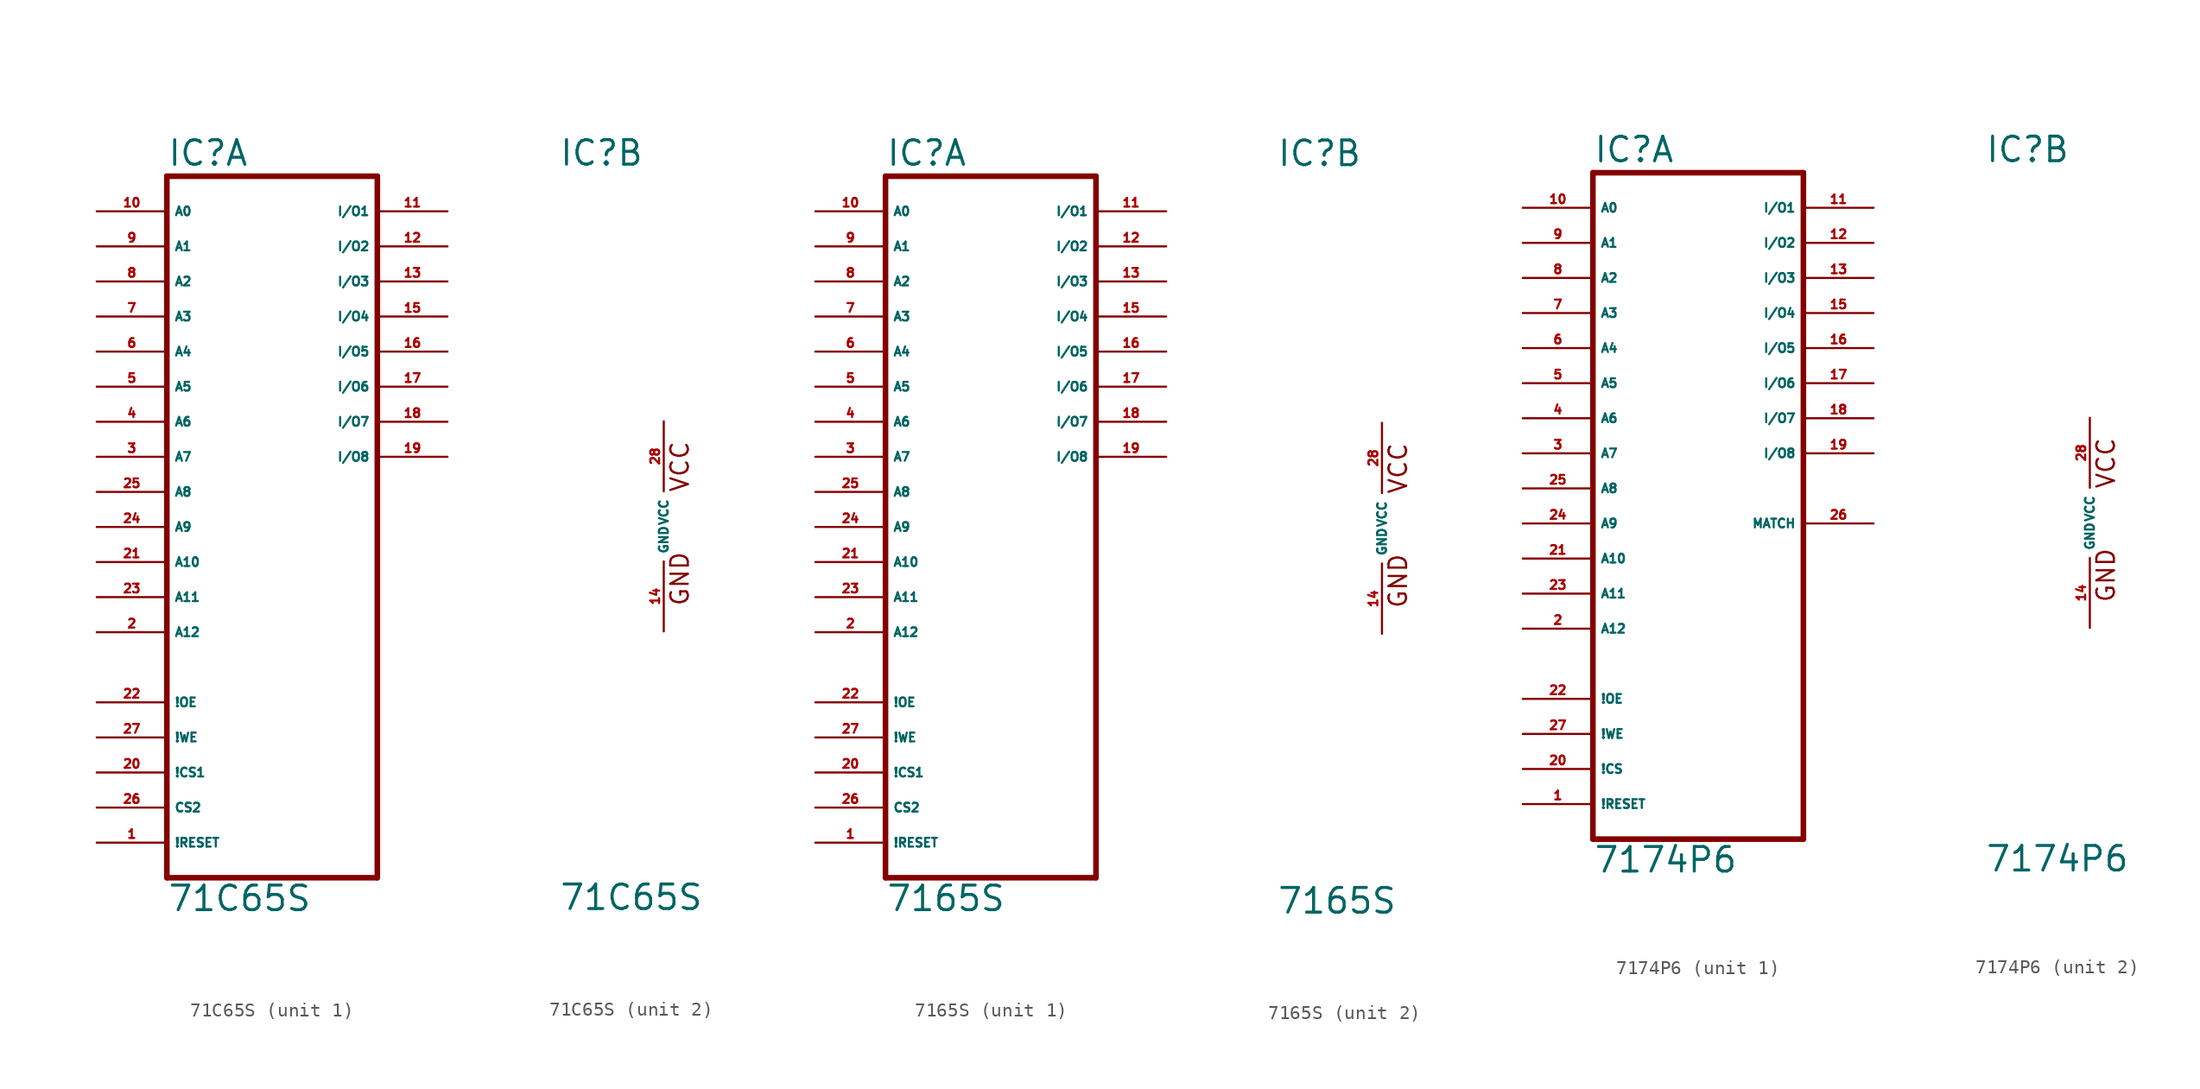
<source format=kicad_sym>
(kicad_symbol_lib
  (version 20220914)
  (generator Eagle2Kicad)
  (symbol "71C65S"
    (property "Reference" "IC"
      (at -7.62 26.035 0)
      (effects (font (size 1.778 1.778) (thickness 0.22)) (justify left bottom)))
    (property "Value" "71C65S"
      (at -7.62 -27.94 0)
      (effects (font (size 1.778 1.778) (thickness 0.22)) (justify left bottom)))
    (symbol "71C65S_1_0"
      (polyline (pts (xy -7.62 -25.4) (xy 7.62 -25.4)) (stroke (width 0.406) (type default)) (fill (type none)))
      (polyline (pts (xy 7.62 -25.4) (xy 7.62 25.4)) (stroke (width 0.406) (type default)) (fill (type none)))
      (polyline (pts (xy 7.62 25.4) (xy -7.62 25.4)) (stroke (width 0.406) (type default)) (fill (type none)))
      (polyline (pts (xy -7.62 25.4) (xy -7.62 -25.4)) (stroke (width 0.406) (type default)) (fill (type none)))
      (pin input line (at -12.7 22.86 0) (length 5.08) (name "A0" (effects (font (size 0.635 0.635) (thickness 0.08)) (justify left bottom))) (number "10" (effects (font (size 0.635 0.635) (thickness 0.08)) (justify left bottom))))
      (pin input line (at -12.7 20.32 0) (length 5.08) (name "A1" (effects (font (size 0.635 0.635) (thickness 0.08)) (justify left bottom))) (number "9" (effects (font (size 0.635 0.635) (thickness 0.08)) (justify left bottom))))
      (pin input line (at -12.7 17.78 0) (length 5.08) (name "A2" (effects (font (size 0.635 0.635) (thickness 0.08)) (justify left bottom))) (number "8" (effects (font (size 0.635 0.635) (thickness 0.08)) (justify left bottom))))
      (pin input line (at -12.7 15.24 0) (length 5.08) (name "A3" (effects (font (size 0.635 0.635) (thickness 0.08)) (justify left bottom))) (number "7" (effects (font (size 0.635 0.635) (thickness 0.08)) (justify left bottom))))
      (pin input line (at -12.7 12.7 0) (length 5.08) (name "A4" (effects (font (size 0.635 0.635) (thickness 0.08)) (justify left bottom))) (number "6" (effects (font (size 0.635 0.635) (thickness 0.08)) (justify left bottom))))
      (pin input line (at -12.7 10.16 0) (length 5.08) (name "A5" (effects (font (size 0.635 0.635) (thickness 0.08)) (justify left bottom))) (number "5" (effects (font (size 0.635 0.635) (thickness 0.08)) (justify left bottom))))
      (pin input line (at -12.7 7.62 0) (length 5.08) (name "A6" (effects (font (size 0.635 0.635) (thickness 0.08)) (justify left bottom))) (number "4" (effects (font (size 0.635 0.635) (thickness 0.08)) (justify left bottom))))
      (pin input line (at -12.7 5.08 0) (length 5.08) (name "A7" (effects (font (size 0.635 0.635) (thickness 0.08)) (justify left bottom))) (number "3" (effects (font (size 0.635 0.635) (thickness 0.08)) (justify left bottom))))
      (pin input line (at -12.7 2.54 0) (length 5.08) (name "A8" (effects (font (size 0.635 0.635) (thickness 0.08)) (justify left bottom))) (number "25" (effects (font (size 0.635 0.635) (thickness 0.08)) (justify left bottom))))
      (pin input line (at -12.7 0 0) (length 5.08) (name "A9" (effects (font (size 0.635 0.635) (thickness 0.08)) (justify left bottom))) (number "24" (effects (font (size 0.635 0.635) (thickness 0.08)) (justify left bottom))))
      (pin input line (at -12.7 -2.54 0) (length 5.08) (name "A10" (effects (font (size 0.635 0.635) (thickness 0.08)) (justify left bottom))) (number "21" (effects (font (size 0.635 0.635) (thickness 0.08)) (justify left bottom))))
      (pin input line (at -12.7 -5.08 0) (length 5.08) (name "A11" (effects (font (size 0.635 0.635) (thickness 0.08)) (justify left bottom))) (number "23" (effects (font (size 0.635 0.635) (thickness 0.08)) (justify left bottom))))
      (pin input line (at -12.7 -12.7 0) (length 5.08) (name "!OE" (effects (font (size 0.635 0.635) (thickness 0.08)) (justify left bottom))) (number "22" (effects (font (size 0.635 0.635) (thickness 0.08)) (justify left bottom))))
      (pin input line (at -12.7 -15.24 0) (length 5.08) (name "!WE" (effects (font (size 0.635 0.635) (thickness 0.08)) (justify left bottom))) (number "27" (effects (font (size 0.635 0.635) (thickness 0.08)) (justify left bottom))))
      (pin input line (at -12.7 -17.78 0) (length 5.08) (name "!CS1" (effects (font (size 0.635 0.635) (thickness 0.08)) (justify left bottom))) (number "20" (effects (font (size 0.635 0.635) (thickness 0.08)) (justify left bottom))))
      (pin bidirectional line (at 12.7 22.86 180) (length 5.08) (name "I/O1" (effects (font (size 0.635 0.635) (thickness 0.08)) (justify left bottom))) (number "11" (effects (font (size 0.635 0.635) (thickness 0.08)) (justify left bottom))))
      (pin bidirectional line (at 12.7 20.32 180) (length 5.08) (name "I/O2" (effects (font (size 0.635 0.635) (thickness 0.08)) (justify left bottom))) (number "12" (effects (font (size 0.635 0.635) (thickness 0.08)) (justify left bottom))))
      (pin bidirectional line (at 12.7 17.78 180) (length 5.08) (name "I/O3" (effects (font (size 0.635 0.635) (thickness 0.08)) (justify left bottom))) (number "13" (effects (font (size 0.635 0.635) (thickness 0.08)) (justify left bottom))))
      (pin bidirectional line (at 12.7 15.24 180) (length 5.08) (name "I/O4" (effects (font (size 0.635 0.635) (thickness 0.08)) (justify left bottom))) (number "15" (effects (font (size 0.635 0.635) (thickness 0.08)) (justify left bottom))))
      (pin input line (at -12.7 -20.32 0) (length 5.08) (name "CS2" (effects (font (size 0.635 0.635) (thickness 0.08)) (justify left bottom))) (number "26" (effects (font (size 0.635 0.635) (thickness 0.08)) (justify left bottom))))
      (pin input line (at -12.7 -7.62 0) (length 5.08) (name "A12" (effects (font (size 0.635 0.635) (thickness 0.08)) (justify left bottom))) (number "2" (effects (font (size 0.635 0.635) (thickness 0.08)) (justify left bottom))))
      (pin bidirectional line (at 12.7 12.7 180) (length 5.08) (name "I/O5" (effects (font (size 0.635 0.635) (thickness 0.08)) (justify left bottom))) (number "16" (effects (font (size 0.635 0.635) (thickness 0.08)) (justify left bottom))))
      (pin bidirectional line (at 12.7 10.16 180) (length 5.08) (name "I/O6" (effects (font (size 0.635 0.635) (thickness 0.08)) (justify left bottom))) (number "17" (effects (font (size 0.635 0.635) (thickness 0.08)) (justify left bottom))))
      (pin bidirectional line (at 12.7 7.62 180) (length 5.08) (name "I/O7" (effects (font (size 0.635 0.635) (thickness 0.08)) (justify left bottom))) (number "18" (effects (font (size 0.635 0.635) (thickness 0.08)) (justify left bottom))))
      (pin bidirectional line (at 12.7 5.08 180) (length 5.08) (name "I/O8" (effects (font (size 0.635 0.635) (thickness 0.08)) (justify left bottom))) (number "19" (effects (font (size 0.635 0.635) (thickness 0.08)) (justify left bottom))))
      (pin input line (at -12.7 -22.86 0) (length 5.08) (name "!RESET" (effects (font (size 0.635 0.635) (thickness 0.08)) (justify left bottom))) (number "1" (effects (font (size 0.635 0.635) (thickness 0.08)) (justify left bottom)))))
    (symbol "71C65S_2_0"
      (text "GND" (at 1.905 -5.842 900) (effects (font (size 1.27 1.27) (thickness 0.16)) (justify left bottom)))
      (text "VCC" (at 1.905 2.413 900) (effects (font (size 1.27 1.27) (thickness 0.16)) (justify left bottom)))
      (pin unspecified line (at 0 7.62 270) (length 5.08) (name "VCC" (effects (font (size 0.635 0.635) (thickness 0.08)) (justify left bottom))) (number "28" (effects (font (size 0.635 0.635) (thickness 0.08)) (justify left bottom))))
      (pin unspecified line (at 0 -7.62 90) (length 5.08) (name "GND" (effects (font (size 0.635 0.635) (thickness 0.08)) (justify left bottom))) (number "14" (effects (font (size 0.635 0.635) (thickness 0.08)) (justify left bottom))))))
  (symbol "7165S"
    (property "Reference" "IC"
      (at -7.62 26.035 0)
      (effects (font (size 1.778 1.778) (thickness 0.22)) (justify left bottom)))
    (property "Value" "7165S"
      (at -7.62 -27.94 0)
      (effects (font (size 1.778 1.778) (thickness 0.22)) (justify left bottom)))
    (symbol "7165S_1_0"
      (polyline (pts (xy -7.62 -25.4) (xy 7.62 -25.4)) (stroke (width 0.406) (type default)) (fill (type none)))
      (polyline (pts (xy 7.62 -25.4) (xy 7.62 25.4)) (stroke (width 0.406) (type default)) (fill (type none)))
      (polyline (pts (xy 7.62 25.4) (xy -7.62 25.4)) (stroke (width 0.406) (type default)) (fill (type none)))
      (polyline (pts (xy -7.62 25.4) (xy -7.62 -25.4)) (stroke (width 0.406) (type default)) (fill (type none)))
      (pin input line (at -12.7 22.86 0) (length 5.08) (name "A0" (effects (font (size 0.635 0.635) (thickness 0.08)) (justify left bottom))) (number "10" (effects (font (size 0.635 0.635) (thickness 0.08)) (justify left bottom))))
      (pin input line (at -12.7 20.32 0) (length 5.08) (name "A1" (effects (font (size 0.635 0.635) (thickness 0.08)) (justify left bottom))) (number "9" (effects (font (size 0.635 0.635) (thickness 0.08)) (justify left bottom))))
      (pin input line (at -12.7 17.78 0) (length 5.08) (name "A2" (effects (font (size 0.635 0.635) (thickness 0.08)) (justify left bottom))) (number "8" (effects (font (size 0.635 0.635) (thickness 0.08)) (justify left bottom))))
      (pin input line (at -12.7 15.24 0) (length 5.08) (name "A3" (effects (font (size 0.635 0.635) (thickness 0.08)) (justify left bottom))) (number "7" (effects (font (size 0.635 0.635) (thickness 0.08)) (justify left bottom))))
      (pin input line (at -12.7 12.7 0) (length 5.08) (name "A4" (effects (font (size 0.635 0.635) (thickness 0.08)) (justify left bottom))) (number "6" (effects (font (size 0.635 0.635) (thickness 0.08)) (justify left bottom))))
      (pin input line (at -12.7 10.16 0) (length 5.08) (name "A5" (effects (font (size 0.635 0.635) (thickness 0.08)) (justify left bottom))) (number "5" (effects (font (size 0.635 0.635) (thickness 0.08)) (justify left bottom))))
      (pin input line (at -12.7 7.62 0) (length 5.08) (name "A6" (effects (font (size 0.635 0.635) (thickness 0.08)) (justify left bottom))) (number "4" (effects (font (size 0.635 0.635) (thickness 0.08)) (justify left bottom))))
      (pin input line (at -12.7 5.08 0) (length 5.08) (name "A7" (effects (font (size 0.635 0.635) (thickness 0.08)) (justify left bottom))) (number "3" (effects (font (size 0.635 0.635) (thickness 0.08)) (justify left bottom))))
      (pin input line (at -12.7 2.54 0) (length 5.08) (name "A8" (effects (font (size 0.635 0.635) (thickness 0.08)) (justify left bottom))) (number "25" (effects (font (size 0.635 0.635) (thickness 0.08)) (justify left bottom))))
      (pin input line (at -12.7 0 0) (length 5.08) (name "A9" (effects (font (size 0.635 0.635) (thickness 0.08)) (justify left bottom))) (number "24" (effects (font (size 0.635 0.635) (thickness 0.08)) (justify left bottom))))
      (pin input line (at -12.7 -2.54 0) (length 5.08) (name "A10" (effects (font (size 0.635 0.635) (thickness 0.08)) (justify left bottom))) (number "21" (effects (font (size 0.635 0.635) (thickness 0.08)) (justify left bottom))))
      (pin input line (at -12.7 -5.08 0) (length 5.08) (name "A11" (effects (font (size 0.635 0.635) (thickness 0.08)) (justify left bottom))) (number "23" (effects (font (size 0.635 0.635) (thickness 0.08)) (justify left bottom))))
      (pin input line (at -12.7 -12.7 0) (length 5.08) (name "!OE" (effects (font (size 0.635 0.635) (thickness 0.08)) (justify left bottom))) (number "22" (effects (font (size 0.635 0.635) (thickness 0.08)) (justify left bottom))))
      (pin input line (at -12.7 -15.24 0) (length 5.08) (name "!WE" (effects (font (size 0.635 0.635) (thickness 0.08)) (justify left bottom))) (number "27" (effects (font (size 0.635 0.635) (thickness 0.08)) (justify left bottom))))
      (pin input line (at -12.7 -17.78 0) (length 5.08) (name "!CS1" (effects (font (size 0.635 0.635) (thickness 0.08)) (justify left bottom))) (number "20" (effects (font (size 0.635 0.635) (thickness 0.08)) (justify left bottom))))
      (pin bidirectional line (at 12.7 22.86 180) (length 5.08) (name "I/O1" (effects (font (size 0.635 0.635) (thickness 0.08)) (justify left bottom))) (number "11" (effects (font (size 0.635 0.635) (thickness 0.08)) (justify left bottom))))
      (pin bidirectional line (at 12.7 20.32 180) (length 5.08) (name "I/O2" (effects (font (size 0.635 0.635) (thickness 0.08)) (justify left bottom))) (number "12" (effects (font (size 0.635 0.635) (thickness 0.08)) (justify left bottom))))
      (pin bidirectional line (at 12.7 17.78 180) (length 5.08) (name "I/O3" (effects (font (size 0.635 0.635) (thickness 0.08)) (justify left bottom))) (number "13" (effects (font (size 0.635 0.635) (thickness 0.08)) (justify left bottom))))
      (pin bidirectional line (at 12.7 15.24 180) (length 5.08) (name "I/O4" (effects (font (size 0.635 0.635) (thickness 0.08)) (justify left bottom))) (number "15" (effects (font (size 0.635 0.635) (thickness 0.08)) (justify left bottom))))
      (pin input line (at -12.7 -20.32 0) (length 5.08) (name "CS2" (effects (font (size 0.635 0.635) (thickness 0.08)) (justify left bottom))) (number "26" (effects (font (size 0.635 0.635) (thickness 0.08)) (justify left bottom))))
      (pin input line (at -12.7 -7.62 0) (length 5.08) (name "A12" (effects (font (size 0.635 0.635) (thickness 0.08)) (justify left bottom))) (number "2" (effects (font (size 0.635 0.635) (thickness 0.08)) (justify left bottom))))
      (pin bidirectional line (at 12.7 12.7 180) (length 5.08) (name "I/O5" (effects (font (size 0.635 0.635) (thickness 0.08)) (justify left bottom))) (number "16" (effects (font (size 0.635 0.635) (thickness 0.08)) (justify left bottom))))
      (pin bidirectional line (at 12.7 10.16 180) (length 5.08) (name "I/O6" (effects (font (size 0.635 0.635) (thickness 0.08)) (justify left bottom))) (number "17" (effects (font (size 0.635 0.635) (thickness 0.08)) (justify left bottom))))
      (pin bidirectional line (at 12.7 7.62 180) (length 5.08) (name "I/O7" (effects (font (size 0.635 0.635) (thickness 0.08)) (justify left bottom))) (number "18" (effects (font (size 0.635 0.635) (thickness 0.08)) (justify left bottom))))
      (pin bidirectional line (at 12.7 5.08 180) (length 5.08) (name "I/O8" (effects (font (size 0.635 0.635) (thickness 0.08)) (justify left bottom))) (number "19" (effects (font (size 0.635 0.635) (thickness 0.08)) (justify left bottom))))
      (pin input line (at -12.7 -22.86 0) (length 5.08) (name "!RESET" (effects (font (size 0.635 0.635) (thickness 0.08)) (justify left bottom))) (number "1" (effects (font (size 0.635 0.635) (thickness 0.08)) (justify left bottom)))))
    (symbol "7165S_2_0"
      (text "GND" (at 1.905 -5.842 900) (effects (font (size 1.27 1.27) (thickness 0.16)) (justify left bottom)))
      (text "VCC" (at 1.905 2.413 900) (effects (font (size 1.27 1.27) (thickness 0.16)) (justify left bottom)))
      (pin unspecified line (at 0 7.62 270) (length 5.08) (name "VCC" (effects (font (size 0.635 0.635) (thickness 0.08)) (justify left bottom))) (number "28" (effects (font (size 0.635 0.635) (thickness 0.08)) (justify left bottom))))
      (pin unspecified line (at 0 -7.62 90) (length 5.08) (name "GND" (effects (font (size 0.635 0.635) (thickness 0.08)) (justify left bottom))) (number "14" (effects (font (size 0.635 0.635) (thickness 0.08)) (justify left bottom))))))
  (symbol "7174P6"
    (property "Reference" "IC"
      (at -7.62 26.035 0)
      (effects (font (size 1.778 1.778) (thickness 0.22)) (justify left bottom)))
    (property "Value" "7174P6"
      (at -7.62 -25.4 0)
      (effects (font (size 1.778 1.778) (thickness 0.22)) (justify left bottom)))
    (symbol "7174P6_1_0"
      (polyline (pts (xy -7.62 -22.86) (xy 7.62 -22.86)) (stroke (width 0.406) (type default)) (fill (type none)))
      (polyline (pts (xy 7.62 -22.86) (xy 7.62 25.4)) (stroke (width 0.406) (type default)) (fill (type none)))
      (polyline (pts (xy 7.62 25.4) (xy -7.62 25.4)) (stroke (width 0.406) (type default)) (fill (type none)))
      (polyline (pts (xy -7.62 25.4) (xy -7.62 -22.86)) (stroke (width 0.406) (type default)) (fill (type none)))
      (pin input line (at -12.7 22.86 0) (length 5.08) (name "A0" (effects (font (size 0.635 0.635) (thickness 0.08)) (justify left bottom))) (number "10" (effects (font (size 0.635 0.635) (thickness 0.08)) (justify left bottom))))
      (pin input line (at -12.7 20.32 0) (length 5.08) (name "A1" (effects (font (size 0.635 0.635) (thickness 0.08)) (justify left bottom))) (number "9" (effects (font (size 0.635 0.635) (thickness 0.08)) (justify left bottom))))
      (pin input line (at -12.7 17.78 0) (length 5.08) (name "A2" (effects (font (size 0.635 0.635) (thickness 0.08)) (justify left bottom))) (number "8" (effects (font (size 0.635 0.635) (thickness 0.08)) (justify left bottom))))
      (pin input line (at -12.7 15.24 0) (length 5.08) (name "A3" (effects (font (size 0.635 0.635) (thickness 0.08)) (justify left bottom))) (number "7" (effects (font (size 0.635 0.635) (thickness 0.08)) (justify left bottom))))
      (pin input line (at -12.7 12.7 0) (length 5.08) (name "A4" (effects (font (size 0.635 0.635) (thickness 0.08)) (justify left bottom))) (number "6" (effects (font (size 0.635 0.635) (thickness 0.08)) (justify left bottom))))
      (pin input line (at -12.7 10.16 0) (length 5.08) (name "A5" (effects (font (size 0.635 0.635) (thickness 0.08)) (justify left bottom))) (number "5" (effects (font (size 0.635 0.635) (thickness 0.08)) (justify left bottom))))
      (pin input line (at -12.7 7.62 0) (length 5.08) (name "A6" (effects (font (size 0.635 0.635) (thickness 0.08)) (justify left bottom))) (number "4" (effects (font (size 0.635 0.635) (thickness 0.08)) (justify left bottom))))
      (pin input line (at -12.7 5.08 0) (length 5.08) (name "A7" (effects (font (size 0.635 0.635) (thickness 0.08)) (justify left bottom))) (number "3" (effects (font (size 0.635 0.635) (thickness 0.08)) (justify left bottom))))
      (pin input line (at -12.7 2.54 0) (length 5.08) (name "A8" (effects (font (size 0.635 0.635) (thickness 0.08)) (justify left bottom))) (number "25" (effects (font (size 0.635 0.635) (thickness 0.08)) (justify left bottom))))
      (pin input line (at -12.7 0 0) (length 5.08) (name "A9" (effects (font (size 0.635 0.635) (thickness 0.08)) (justify left bottom))) (number "24" (effects (font (size 0.635 0.635) (thickness 0.08)) (justify left bottom))))
      (pin input line (at -12.7 -2.54 0) (length 5.08) (name "A10" (effects (font (size 0.635 0.635) (thickness 0.08)) (justify left bottom))) (number "21" (effects (font (size 0.635 0.635) (thickness 0.08)) (justify left bottom))))
      (pin input line (at -12.7 -5.08 0) (length 5.08) (name "A11" (effects (font (size 0.635 0.635) (thickness 0.08)) (justify left bottom))) (number "23" (effects (font (size 0.635 0.635) (thickness 0.08)) (justify left bottom))))
      (pin input line (at -12.7 -12.7 0) (length 5.08) (name "!OE" (effects (font (size 0.635 0.635) (thickness 0.08)) (justify left bottom))) (number "22" (effects (font (size 0.635 0.635) (thickness 0.08)) (justify left bottom))))
      (pin input line (at -12.7 -15.24 0) (length 5.08) (name "!WE" (effects (font (size 0.635 0.635) (thickness 0.08)) (justify left bottom))) (number "27" (effects (font (size 0.635 0.635) (thickness 0.08)) (justify left bottom))))
      (pin input line (at -12.7 -17.78 0) (length 5.08) (name "!CS" (effects (font (size 0.635 0.635) (thickness 0.08)) (justify left bottom))) (number "20" (effects (font (size 0.635 0.635) (thickness 0.08)) (justify left bottom))))
      (pin bidirectional line (at 12.7 22.86 180) (length 5.08) (name "I/O1" (effects (font (size 0.635 0.635) (thickness 0.08)) (justify left bottom))) (number "11" (effects (font (size 0.635 0.635) (thickness 0.08)) (justify left bottom))))
      (pin bidirectional line (at 12.7 20.32 180) (length 5.08) (name "I/O2" (effects (font (size 0.635 0.635) (thickness 0.08)) (justify left bottom))) (number "12" (effects (font (size 0.635 0.635) (thickness 0.08)) (justify left bottom))))
      (pin bidirectional line (at 12.7 17.78 180) (length 5.08) (name "I/O3" (effects (font (size 0.635 0.635) (thickness 0.08)) (justify left bottom))) (number "13" (effects (font (size 0.635 0.635) (thickness 0.08)) (justify left bottom))))
      (pin bidirectional line (at 12.7 15.24 180) (length 5.08) (name "I/O4" (effects (font (size 0.635 0.635) (thickness 0.08)) (justify left bottom))) (number "15" (effects (font (size 0.635 0.635) (thickness 0.08)) (justify left bottom))))
      (pin output line (at 12.7 0 180) (length 5.08) (name "MATCH" (effects (font (size 0.635 0.635) (thickness 0.08)) (justify left bottom))) (number "26" (effects (font (size 0.635 0.635) (thickness 0.08)) (justify left bottom))))
      (pin input line (at -12.7 -20.32 0) (length 5.08) (name "!RESET" (effects (font (size 0.635 0.635) (thickness 0.08)) (justify left bottom))) (number "1" (effects (font (size 0.635 0.635) (thickness 0.08)) (justify left bottom))))
      (pin input line (at -12.7 -7.62 0) (length 5.08) (name "A12" (effects (font (size 0.635 0.635) (thickness 0.08)) (justify left bottom))) (number "2" (effects (font (size 0.635 0.635) (thickness 0.08)) (justify left bottom))))
      (pin bidirectional line (at 12.7 12.7 180) (length 5.08) (name "I/O5" (effects (font (size 0.635 0.635) (thickness 0.08)) (justify left bottom))) (number "16" (effects (font (size 0.635 0.635) (thickness 0.08)) (justify left bottom))))
      (pin bidirectional line (at 12.7 10.16 180) (length 5.08) (name "I/O6" (effects (font (size 0.635 0.635) (thickness 0.08)) (justify left bottom))) (number "17" (effects (font (size 0.635 0.635) (thickness 0.08)) (justify left bottom))))
      (pin bidirectional line (at 12.7 7.62 180) (length 5.08) (name "I/O7" (effects (font (size 0.635 0.635) (thickness 0.08)) (justify left bottom))) (number "18" (effects (font (size 0.635 0.635) (thickness 0.08)) (justify left bottom))))
      (pin bidirectional line (at 12.7 5.08 180) (length 5.08) (name "I/O8" (effects (font (size 0.635 0.635) (thickness 0.08)) (justify left bottom))) (number "19" (effects (font (size 0.635 0.635) (thickness 0.08)) (justify left bottom)))))
    (symbol "7174P6_2_0"
      (text "GND" (at 1.905 -5.842 900) (effects (font (size 1.27 1.27) (thickness 0.16)) (justify left bottom)))
      (text "VCC" (at 1.905 2.413 900) (effects (font (size 1.27 1.27) (thickness 0.16)) (justify left bottom)))
      (pin unspecified line (at 0 7.62 270) (length 5.08) (name "VCC" (effects (font (size 0.635 0.635) (thickness 0.08)) (justify left bottom))) (number "28" (effects (font (size 0.635 0.635) (thickness 0.08)) (justify left bottom))))
      (pin unspecified line (at 0 -7.62 90) (length 5.08) (name "GND" (effects (font (size 0.635 0.635) (thickness 0.08)) (justify left bottom))) (number "14" (effects (font (size 0.635 0.635) (thickness 0.08)) (justify left bottom)))))))
</source>
